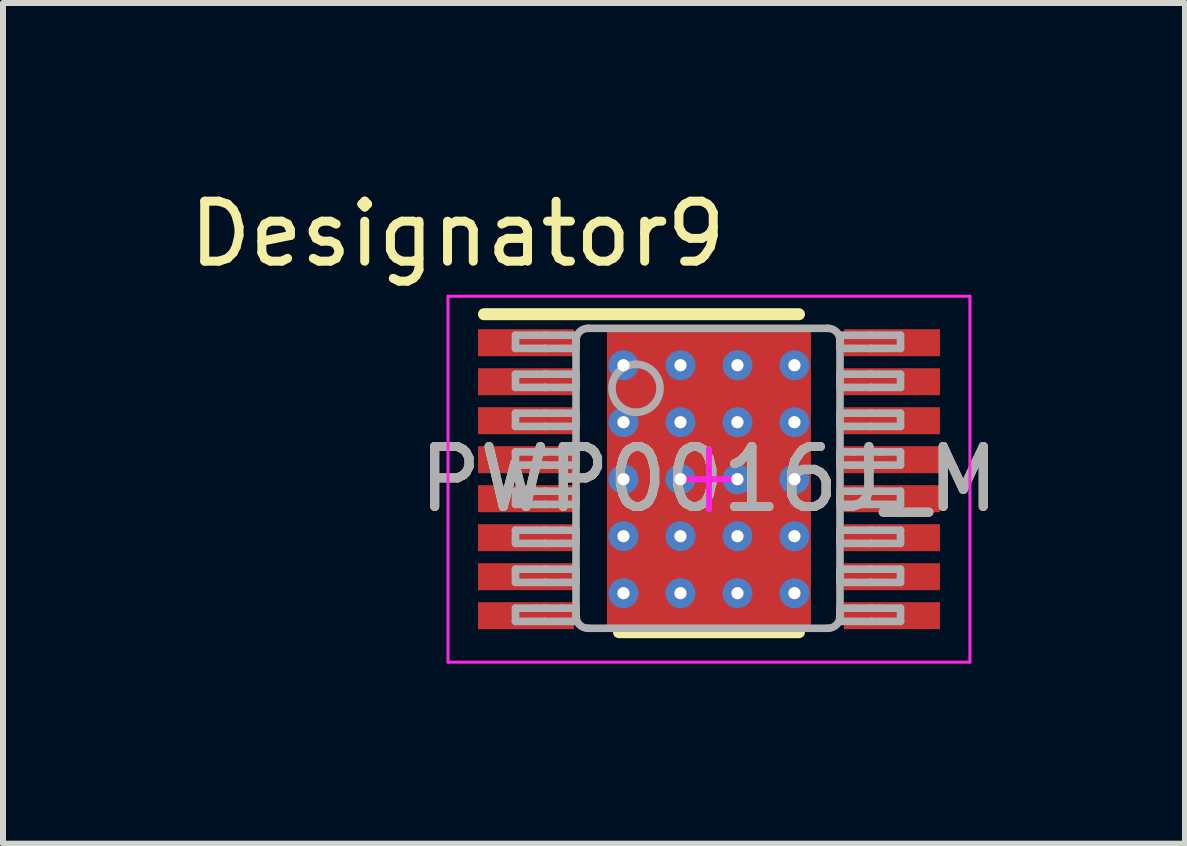
<source format=kicad_pcb>
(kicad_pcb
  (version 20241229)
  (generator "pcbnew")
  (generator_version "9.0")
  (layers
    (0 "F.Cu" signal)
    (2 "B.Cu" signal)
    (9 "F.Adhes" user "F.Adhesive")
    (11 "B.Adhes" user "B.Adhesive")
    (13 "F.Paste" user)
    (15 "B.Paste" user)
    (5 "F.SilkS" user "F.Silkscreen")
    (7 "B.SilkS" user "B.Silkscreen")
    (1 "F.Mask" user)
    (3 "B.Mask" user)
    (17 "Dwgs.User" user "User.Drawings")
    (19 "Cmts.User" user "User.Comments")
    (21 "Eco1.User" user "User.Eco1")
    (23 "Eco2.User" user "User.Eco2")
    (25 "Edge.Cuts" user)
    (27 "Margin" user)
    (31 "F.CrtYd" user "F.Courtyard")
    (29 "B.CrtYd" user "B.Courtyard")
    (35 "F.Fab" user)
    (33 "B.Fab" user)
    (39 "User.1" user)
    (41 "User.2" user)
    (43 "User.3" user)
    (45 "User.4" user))
  (footprint "PWP0016J_M"
    (layer "F.Cu")
    (at 8.768 4.938)
    (property "Reference" "PWP0016J_M" (at 0 0 0) (unlocked yes) (layer "F.SilkS") (effects (font (size 1 1) (thickness 0.15))))
    (attr through_hole)
    (fp_poly (pts (xy -1.23 1.726) (xy -1.23 -1.726) (xy -1.229 -1.735) (xy -1.226 -1.745) (xy -1.222 -1.753) (xy -1.216 -1.761) (xy -1.208 -1.767) (xy -1.2 -1.771) (xy -1.19 -1.774) (xy -1.181 -1.775) (xy 1.181 -1.775) (xy 1.19 -1.774) (xy 1.2 -1.771) (xy 1.208 -1.767) (xy 1.216 -1.761) (xy 1.222 -1.753) (xy 1.226 -1.745) (xy 1.229 -1.735) (xy 1.23 -1.726) (xy 1.23 1.726) (xy 1.229 1.735) (xy 1.226 1.745) (xy 1.222 1.753) (xy 1.216 1.761) (xy 1.208 1.767) (xy 1.2 1.771) (xy 1.19 1.774) (xy 1.181 1.775) (xy -1.181 1.775) (xy -1.19 1.774) (xy -1.2 1.771) (xy -1.208 1.767) (xy -1.216 1.761) (xy -1.222 1.753) (xy -1.226 1.745) (xy -1.229 1.735)) (stroke (width 0) (type solid)) (fill yes) (layer "F.Mask"))
    (fp_line (start -3.75 -2.75) (end 1.5 -2.75) (stroke (width 0.2) (type solid)) (layer "F.SilkS"))
    (fp_line (start -1.5 2.55) (end 1.5 2.55) (stroke (width 0.2) (type solid)) (layer "F.SilkS"))
    (fp_poly (pts (xy -1.23 1.726) (xy -1.23 -1.726) (xy -1.229 -1.735) (xy -1.226 -1.745) (xy -1.222 -1.753) (xy -1.216 -1.761) (xy -1.208 -1.767) (xy -1.2 -1.771) (xy -1.19 -1.774) (xy -1.181 -1.775) (xy 1.181 -1.775) (xy 1.19 -1.774) (xy 1.2 -1.771) (xy 1.208 -1.767) (xy 1.216 -1.761) (xy 1.222 -1.753) (xy 1.226 -1.745) (xy 1.229 -1.735) (xy 1.23 -1.726) (xy 1.23 1.726) (xy 1.229 1.735) (xy 1.226 1.745) (xy 1.222 1.753) (xy 1.216 1.761) (xy 1.208 1.767) (xy 1.2 1.771) (xy 1.19 1.774) (xy 1.181 1.775) (xy -1.181 1.775) (xy -1.19 1.774) (xy -1.2 1.771) (xy -1.208 1.767) (xy -1.216 1.761) (xy -1.222 1.753) (xy -1.226 1.745) (xy -1.229 1.735)) (stroke (width 0) (type solid)) (fill yes) (layer "F.Paste"))
    (fp_line (start -4.35 -3.05) (end 4.35 -3.05) (stroke (width 0.05) (type solid)) (layer "F.CrtYd"))
    (fp_line (start -4.35 3.05) (end -4.35 -3.05) (stroke (width 0.05) (type solid)) (layer "F.CrtYd"))
    (fp_line (start -4.35 3.05) (end 4.35 3.05) (stroke (width 0.05) (type solid)) (layer "F.CrtYd"))
    (fp_line (start -0.5 0) (end 0.5 0) (stroke (width 0.1) (type solid)) (layer "F.CrtYd"))
    (fp_line (start 0 0.5) (end 0 -0.5) (stroke (width 0.1) (type solid)) (layer "F.CrtYd"))
    (fp_line (start 4.35 3.05) (end 4.35 -3.05) (stroke (width 0.05) (type solid)) (layer "F.CrtYd"))
    (fp_line (start -3.225 -2.4) (end -2.887 -2.4) (stroke (width 0.127) (type solid)) (layer "F.Fab"))
    (fp_line (start -3.225 -2.18) (end -3.225 -2.4) (stroke (width 0.127) (type solid)) (layer "F.Fab"))
    (fp_line (start -3.225 -2.18) (end -2.887 -2.18) (stroke (width 0.127) (type solid)) (layer "F.Fab"))
    (fp_line (start -3.225 -1.75) (end -2.887 -1.75) (stroke (width 0.127) (type solid)) (layer "F.Fab"))
    (fp_line (start -3.225 -1.53) (end -3.225 -1.75) (stroke (width 0.127) (type solid)) (layer "F.Fab"))
    (fp_line (start -3.225 -1.53) (end -2.887 -1.53) (stroke (width 0.127) (type solid)) (layer "F.Fab"))
    (fp_line (start -3.225 -1.1) (end -2.887 -1.1) (stroke (width 0.127) (type solid)) (layer "F.Fab"))
    (fp_line (start -3.225 -0.88) (end -3.225 -1.1) (stroke (width 0.127) (type solid)) (layer "F.Fab"))
    (fp_line (start -3.225 -0.88) (end -2.887 -0.88) (stroke (width 0.127) (type solid)) (layer "F.Fab"))
    (fp_line (start -3.225 -0.455) (end -2.887 -0.455) (stroke (width 0.127) (type solid)) (layer "F.Fab"))
    (fp_line (start -3.225 -0.235) (end -3.225 -0.455) (stroke (width 0.127) (type solid)) (layer "F.Fab"))
    (fp_line (start -3.225 -0.235) (end -2.887 -0.235) (stroke (width 0.127) (type solid)) (layer "F.Fab"))
    (fp_line (start -3.225 0.2) (end -2.887 0.2) (stroke (width 0.127) (type solid)) (layer "F.Fab"))
    (fp_line (start -3.225 0.42) (end -3.225 0.2) (stroke (width 0.127) (type solid)) (layer "F.Fab"))
    (fp_line (start -3.225 0.42) (end -2.887 0.42) (stroke (width 0.127) (type solid)) (layer "F.Fab"))
    (fp_line (start -3.225 0.85) (end -2.887 0.85) (stroke (width 0.127) (type solid)) (layer "F.Fab"))
    (fp_line (start -3.225 1.07) (end -3.225 0.85) (stroke (width 0.127) (type solid)) (layer "F.Fab"))
    (fp_line (start -3.225 1.07) (end -2.887 1.07) (stroke (width 0.127) (type solid)) (layer "F.Fab"))
    (fp_line (start -3.225 1.5) (end -2.887 1.5) (stroke (width 0.127) (type solid)) (layer "F.Fab"))
    (fp_line (start -3.225 1.72) (end -3.225 1.5) (stroke (width 0.127) (type solid)) (layer "F.Fab"))
    (fp_line (start -3.225 1.72) (end -2.887 1.72) (stroke (width 0.127) (type solid)) (layer "F.Fab"))
    (fp_line (start -3.225 2.15) (end -2.887 2.15) (stroke (width 0.127) (type solid)) (layer "F.Fab"))
    (fp_line (start -3.225 2.37) (end -3.225 2.15) (stroke (width 0.127) (type solid)) (layer "F.Fab"))
    (fp_line (start -3.225 2.37) (end -2.887 2.37) (stroke (width 0.127) (type solid)) (layer "F.Fab"))
    (fp_line (start -2.887 -2.4) (end -2.739 -2.4) (stroke (width 0.127) (type solid)) (layer "F.Fab"))
    (fp_line (start -2.887 -2.18) (end -2.739 -2.18) (stroke (width 0.127) (type solid)) (layer "F.Fab"))
    (fp_line (start -2.887 -1.75) (end -2.739 -1.75) (stroke (width 0.127) (type solid)) (layer "F.Fab"))
    (fp_line (start -2.887 -1.53) (end -2.739 -1.53) (stroke (width 0.127) (type solid)) (layer "F.Fab"))
    (fp_line (start -2.887 -1.1) (end -2.739 -1.1) (stroke (width 0.127) (type solid)) (layer "F.Fab"))
    (fp_line (start -2.887 -0.88) (end -2.739 -0.88) (stroke (width 0.127) (type solid)) (layer "F.Fab"))
    (fp_line (start -2.887 -0.455) (end -2.739 -0.455) (stroke (width 0.127) (type solid)) (layer "F.Fab"))
    (fp_line (start -2.887 -0.235) (end -2.739 -0.235) (stroke (width 0.127) (type solid)) (layer "F.Fab"))
    (fp_line (start -2.887 0.2) (end -2.739 0.2) (stroke (width 0.127) (type solid)) (layer "F.Fab"))
    (fp_line (start -2.887 0.42) (end -2.739 0.42) (stroke (width 0.127) (type solid)) (layer "F.Fab"))
    (fp_line (start -2.887 0.85) (end -2.739 0.85) (stroke (width 0.127) (type solid)) (layer "F.Fab"))
    (fp_line (start -2.887 1.07) (end -2.739 1.07) (stroke (width 0.127) (type solid)) (layer "F.Fab"))
    (fp_line (start -2.887 1.5) (end -2.739 1.5) (stroke (width 0.127) (type solid)) (layer "F.Fab"))
    (fp_line (start -2.887 1.72) (end -2.739 1.72) (stroke (width 0.127) (type solid)) (layer "F.Fab"))
    (fp_line (start -2.887 2.15) (end -2.739 2.15) (stroke (width 0.127) (type solid)) (layer "F.Fab"))
    (fp_line (start -2.887 2.37) (end -2.739 2.37) (stroke (width 0.127) (type solid)) (layer "F.Fab"))
    (fp_line (start -2.739 -2.4) (end -2.73 -2.4) (stroke (width 0.127) (type solid)) (layer "F.Fab"))
    (fp_line (start -2.739 -2.18) (end -2.73 -2.18) (stroke (width 0.127) (type solid)) (layer "F.Fab"))
    (fp_line (start -2.739 -1.75) (end -2.73 -1.75) (stroke (width 0.127) (type solid)) (layer "F.Fab"))
    (fp_line (start -2.739 -1.53) (end -2.73 -1.53) (stroke (width 0.127) (type solid)) (layer "F.Fab"))
    (fp_line (start -2.739 -1.1) (end -2.73 -1.1) (stroke (width 0.127) (type solid)) (layer "F.Fab"))
    (fp_line (start -2.739 -0.88) (end -2.73 -0.88) (stroke (width 0.127) (type solid)) (layer "F.Fab"))
    (fp_line (start -2.739 -0.455) (end -2.73 -0.455) (stroke (width 0.127) (type solid)) (layer "F.Fab"))
    (fp_line (start -2.739 -0.235) (end -2.73 -0.235) (stroke (width 0.127) (type solid)) (layer "F.Fab"))
    (fp_line (start -2.739 0.2) (end -2.73 0.2) (stroke (width 0.127) (type solid)) (layer "F.Fab"))
    (fp_line (start -2.739 0.42) (end -2.73 0.42) (stroke (width 0.127) (type solid)) (layer "F.Fab"))
    (fp_line (start -2.739 0.85) (end -2.73 0.85) (stroke (width 0.127) (type solid)) (layer "F.Fab"))
    (fp_line (start -2.739 1.07) (end -2.73 1.07) (stroke (width 0.127) (type solid)) (layer "F.Fab"))
    (fp_line (start -2.739 1.5) (end -2.73 1.5) (stroke (width 0.127) (type solid)) (layer "F.Fab"))
    (fp_line (start -2.739 1.72) (end -2.73 1.72) (stroke (width 0.127) (type solid)) (layer "F.Fab"))
    (fp_line (start -2.739 2.15) (end -2.73 2.15) (stroke (width 0.127) (type solid)) (layer "F.Fab"))
    (fp_line (start -2.739 2.37) (end -2.73 2.37) (stroke (width 0.127) (type solid)) (layer "F.Fab"))
    (fp_line (start -2.73 -2.4) (end -2.446 -2.4) (stroke (width 0.127) (type solid)) (layer "F.Fab"))
    (fp_line (start -2.73 -2.18) (end -2.446 -2.18) (stroke (width 0.127) (type solid)) (layer "F.Fab"))
    (fp_line (start -2.73 -1.75) (end -2.446 -1.75) (stroke (width 0.127) (type solid)) (layer "F.Fab"))
    (fp_line (start -2.73 -1.53) (end -2.446 -1.53) (stroke (width 0.127) (type solid)) (layer "F.Fab"))
    (fp_line (start -2.73 -1.1) (end -2.446 -1.1) (stroke (width 0.127) (type solid)) (layer "F.Fab"))
    (fp_line (start -2.73 -0.88) (end -2.446 -0.88) (stroke (width 0.127) (type solid)) (layer "F.Fab"))
    (fp_line (start -2.73 -0.455) (end -2.446 -0.455) (stroke (width 0.127) (type solid)) (layer "F.Fab"))
    (fp_line (start -2.73 -0.235) (end -2.446 -0.235) (stroke (width 0.127) (type solid)) (layer "F.Fab"))
    (fp_line (start -2.73 0.2) (end -2.446 0.2) (stroke (width 0.127) (type solid)) (layer "F.Fab"))
    (fp_line (start -2.73 0.42) (end -2.446 0.42) (stroke (width 0.127) (type solid)) (layer "F.Fab"))
    (fp_line (start -2.73 0.85) (end -2.446 0.85) (stroke (width 0.127) (type solid)) (layer "F.Fab"))
    (fp_line (start -2.73 1.07) (end -2.446 1.07) (stroke (width 0.127) (type solid)) (layer "F.Fab"))
    (fp_line (start -2.73 1.5) (end -2.446 1.5) (stroke (width 0.127) (type solid)) (layer "F.Fab"))
    (fp_line (start -2.73 1.72) (end -2.446 1.72) (stroke (width 0.127) (type solid)) (layer "F.Fab"))
    (fp_line (start -2.73 2.15) (end -2.446 2.15) (stroke (width 0.127) (type solid)) (layer "F.Fab"))
    (fp_line (start -2.73 2.37) (end -2.446 2.37) (stroke (width 0.127) (type solid)) (layer "F.Fab"))
    (fp_line (start -2.446 -2.4) (end -2.216 -2.4) (stroke (width 0.127) (type solid)) (layer "F.Fab"))
    (fp_line (start -2.446 -2.18) (end -2.216 -2.18) (stroke (width 0.127) (type solid)) (layer "F.Fab"))
    (fp_line (start -2.446 -1.75) (end -2.216 -1.75) (stroke (width 0.127) (type solid)) (layer "F.Fab"))
    (fp_line (start -2.446 -1.53) (end -2.216 -1.53) (stroke (width 0.127) (type solid)) (layer "F.Fab"))
    (fp_line (start -2.446 -1.1) (end -2.216 -1.1) (stroke (width 0.127) (type solid)) (layer "F.Fab"))
    (fp_line (start -2.446 -0.88) (end -2.216 -0.88) (stroke (width 0.127) (type solid)) (layer "F.Fab"))
    (fp_line (start -2.446 -0.455) (end -2.216 -0.455) (stroke (width 0.127) (type solid)) (layer "F.Fab"))
    (fp_line (start -2.446 -0.235) (end -2.216 -0.235) (stroke (width 0.127) (type solid)) (layer "F.Fab"))
    (fp_line (start -2.446 0.2) (end -2.216 0.2) (stroke (width 0.127) (type solid)) (layer "F.Fab"))
    (fp_line (start -2.446 0.42) (end -2.216 0.42) (stroke (width 0.127) (type solid)) (layer "F.Fab"))
    (fp_line (start -2.446 0.85) (end -2.216 0.85) (stroke (width 0.127) (type solid)) (layer "F.Fab"))
    (fp_line (start -2.446 1.07) (end -2.216 1.07) (stroke (width 0.127) (type solid)) (layer "F.Fab"))
    (fp_line (start -2.446 1.5) (end -2.216 1.5) (stroke (width 0.127) (type solid)) (layer "F.Fab"))
    (fp_line (start -2.446 1.72) (end -2.216 1.72) (stroke (width 0.127) (type solid)) (layer "F.Fab"))
    (fp_line (start -2.446 2.15) (end -2.216 2.15) (stroke (width 0.127) (type solid)) (layer "F.Fab"))
    (fp_line (start -2.446 2.37) (end -2.216 2.37) (stroke (width 0.127) (type solid)) (layer "F.Fab"))
    (fp_line (start -2.216 -2.18) (end -2.216 -2.4) (stroke (width 0.127) (type solid)) (layer "F.Fab"))
    (fp_line (start -2.216 -1.53) (end -2.216 -1.75) (stroke (width 0.127) (type solid)) (layer "F.Fab"))
    (fp_line (start -2.216 -0.88) (end -2.216 -1.1) (stroke (width 0.127) (type solid)) (layer "F.Fab"))
    (fp_line (start -2.216 -0.235) (end -2.216 -0.455) (stroke (width 0.127) (type solid)) (layer "F.Fab"))
    (fp_line (start -2.216 0.42) (end -2.216 0.2) (stroke (width 0.127) (type solid)) (layer "F.Fab"))
    (fp_line (start -2.216 1.07) (end -2.216 0.85) (stroke (width 0.127) (type solid)) (layer "F.Fab"))
    (fp_line (start -2.216 1.72) (end -2.216 1.5) (stroke (width 0.127) (type solid)) (layer "F.Fab"))
    (fp_line (start -2.216 2.285) (end -2.216 -2.315) (stroke (width 0.127) (type solid)) (layer "F.Fab"))
    (fp_line (start -2.216 2.37) (end -2.216 2.15) (stroke (width 0.127) (type solid)) (layer "F.Fab"))
    (fp_line (start -2.016 -2.515) (end 1.984 -2.515) (stroke (width 0.127) (type solid)) (layer "F.Fab"))
    (fp_line (start -2.016 2.485) (end 1.984 2.485) (stroke (width 0.127) (type solid)) (layer "F.Fab"))
    (fp_line (start 2.184 -2.4) (end 2.413 -2.4) (stroke (width 0.127) (type solid)) (layer "F.Fab"))
    (fp_line (start 2.184 -2.18) (end 2.184 -2.4) (stroke (width 0.127) (type solid)) (layer "F.Fab"))
    (fp_line (start 2.184 -2.18) (end 2.413 -2.18) (stroke (width 0.127) (type solid)) (layer "F.Fab"))
    (fp_line (start 2.184 -1.75) (end 2.413 -1.75) (stroke (width 0.127) (type solid)) (layer "F.Fab"))
    (fp_line (start 2.184 -1.53) (end 2.184 -1.75) (stroke (width 0.127) (type solid)) (layer "F.Fab"))
    (fp_line (start 2.184 -1.53) (end 2.413 -1.53) (stroke (width 0.127) (type solid)) (layer "F.Fab"))
    (fp_line (start 2.184 -1.1) (end 2.413 -1.1) (stroke (width 0.127) (type solid)) (layer "F.Fab"))
    (fp_line (start 2.184 -0.88) (end 2.184 -1.1) (stroke (width 0.127) (type solid)) (layer "F.Fab"))
    (fp_line (start 2.184 -0.88) (end 2.413 -0.88) (stroke (width 0.127) (type solid)) (layer "F.Fab"))
    (fp_line (start 2.184 -0.455) (end 2.413 -0.455) (stroke (width 0.127) (type solid)) (layer "F.Fab"))
    (fp_line (start 2.184 -0.235) (end 2.184 -0.455) (stroke (width 0.127) (type solid)) (layer "F.Fab"))
    (fp_line (start 2.184 -0.235) (end 2.413 -0.235) (stroke (width 0.127) (type solid)) (layer "F.Fab"))
    (fp_line (start 2.184 0.2) (end 2.413 0.2) (stroke (width 0.127) (type solid)) (layer "F.Fab"))
    (fp_line (start 2.184 0.42) (end 2.184 0.2) (stroke (width 0.127) (type solid)) (layer "F.Fab"))
    (fp_line (start 2.184 0.42) (end 2.413 0.42) (stroke (width 0.127) (type solid)) (layer "F.Fab"))
    (fp_line (start 2.184 0.85) (end 2.413 0.85) (stroke (width 0.127) (type solid)) (layer "F.Fab"))
    (fp_line (start 2.184 1.07) (end 2.184 0.85) (stroke (width 0.127) (type solid)) (layer "F.Fab"))
    (fp_line (start 2.184 1.07) (end 2.413 1.07) (stroke (width 0.127) (type solid)) (layer "F.Fab"))
    (fp_line (start 2.184 1.5) (end 2.413 1.5) (stroke (width 0.127) (type solid)) (layer "F.Fab"))
    (fp_line (start 2.184 1.72) (end 2.184 1.5) (stroke (width 0.127) (type solid)) (layer "F.Fab"))
    (fp_line (start 2.184 1.72) (end 2.413 1.72) (stroke (width 0.127) (type solid)) (layer "F.Fab"))
    (fp_line (start 2.184 2.15) (end 2.413 2.15) (stroke (width 0.127) (type solid)) (layer "F.Fab"))
    (fp_line (start 2.184 2.285) (end 2.184 -2.315) (stroke (width 0.127) (type solid)) (layer "F.Fab"))
    (fp_line (start 2.184 2.37) (end 2.184 2.15) (stroke (width 0.127) (type solid)) (layer "F.Fab"))
    (fp_line (start 2.184 2.37) (end 2.413 2.37) (stroke (width 0.127) (type solid)) (layer "F.Fab"))
    (fp_line (start 2.413 -2.4) (end 2.698 -2.4) (stroke (width 0.127) (type solid)) (layer "F.Fab"))
    (fp_line (start 2.413 -2.18) (end 2.698 -2.18) (stroke (width 0.127) (type solid)) (layer "F.Fab"))
    (fp_line (start 2.413 -1.75) (end 2.698 -1.75) (stroke (width 0.127) (type solid)) (layer "F.Fab"))
    (fp_line (start 2.413 -1.53) (end 2.698 -1.53) (stroke (width 0.127) (type solid)) (layer "F.Fab"))
    (fp_line (start 2.413 -1.1) (end 2.698 -1.1) (stroke (width 0.127) (type solid)) (layer "F.Fab"))
    (fp_line (start 2.413 -0.88) (end 2.698 -0.88) (stroke (width 0.127) (type solid)) (layer "F.Fab"))
    (fp_line (start 2.413 -0.455) (end 2.698 -0.455) (stroke (width 0.127) (type solid)) (layer "F.Fab"))
    (fp_line (start 2.413 -0.235) (end 2.698 -0.235) (stroke (width 0.127) (type solid)) (layer "F.Fab"))
    (fp_line (start 2.413 0.2) (end 2.698 0.2) (stroke (width 0.127) (type solid)) (layer "F.Fab"))
    (fp_line (start 2.413 0.42) (end 2.698 0.42) (stroke (width 0.127) (type solid)) (layer "F.Fab"))
    (fp_line (start 2.413 0.85) (end 2.698 0.85) (stroke (width 0.127) (type solid)) (layer "F.Fab"))
    (fp_line (start 2.413 1.07) (end 2.698 1.07) (stroke (width 0.127) (type solid)) (layer "F.Fab"))
    (fp_line (start 2.413 1.5) (end 2.698 1.5) (stroke (width 0.127) (type solid)) (layer "F.Fab"))
    (fp_line (start 2.413 1.72) (end 2.698 1.72) (stroke (width 0.127) (type solid)) (layer "F.Fab"))
    (fp_line (start 2.413 2.15) (end 2.698 2.15) (stroke (width 0.127) (type solid)) (layer "F.Fab"))
    (fp_line (start 2.413 2.37) (end 2.698 2.37) (stroke (width 0.127) (type solid)) (layer "F.Fab"))
    (fp_line (start 2.698 -2.4) (end 2.707 -2.4) (stroke (width 0.127) (type solid)) (layer "F.Fab"))
    (fp_line (start 2.698 -2.18) (end 2.707 -2.18) (stroke (width 0.127) (type solid)) (layer "F.Fab"))
    (fp_line (start 2.698 -1.75) (end 2.707 -1.75) (stroke (width 0.127) (type solid)) (layer "F.Fab"))
    (fp_line (start 2.698 -1.53) (end 2.707 -1.53) (stroke (width 0.127) (type solid)) (layer "F.Fab"))
    (fp_line (start 2.698 -1.1) (end 2.707 -1.1) (stroke (width 0.127) (type solid)) (layer "F.Fab"))
    (fp_line (start 2.698 -0.88) (end 2.707 -0.88) (stroke (width 0.127) (type solid)) (layer "F.Fab"))
    (fp_line (start 2.698 -0.455) (end 2.707 -0.455) (stroke (width 0.127) (type solid)) (layer "F.Fab"))
    (fp_line (start 2.698 -0.235) (end 2.707 -0.235) (stroke (width 0.127) (type solid)) (layer "F.Fab"))
    (fp_line (start 2.698 0.2) (end 2.707 0.2) (stroke (width 0.127) (type solid)) (layer "F.Fab"))
    (fp_line (start 2.698 0.42) (end 2.707 0.42) (stroke (width 0.127) (type solid)) (layer "F.Fab"))
    (fp_line (start 2.698 0.85) (end 2.707 0.85) (stroke (width 0.127) (type solid)) (layer "F.Fab"))
    (fp_line (start 2.698 1.07) (end 2.707 1.07) (stroke (width 0.127) (type solid)) (layer "F.Fab"))
    (fp_line (start 2.698 1.5) (end 2.707 1.5) (stroke (width 0.127) (type solid)) (layer "F.Fab"))
    (fp_line (start 2.698 1.72) (end 2.707 1.72) (stroke (width 0.127) (type solid)) (layer "F.Fab"))
    (fp_line (start 2.698 2.15) (end 2.707 2.15) (stroke (width 0.127) (type solid)) (layer "F.Fab"))
    (fp_line (start 2.698 2.37) (end 2.707 2.37) (stroke (width 0.127) (type solid)) (layer "F.Fab"))
    (fp_line (start 2.707 -2.4) (end 2.854 -2.4) (stroke (width 0.127) (type solid)) (layer "F.Fab"))
    (fp_line (start 2.707 -2.18) (end 2.854 -2.18) (stroke (width 0.127) (type solid)) (layer "F.Fab"))
    (fp_line (start 2.707 -1.75) (end 2.854 -1.75) (stroke (width 0.127) (type solid)) (layer "F.Fab"))
    (fp_line (start 2.707 -1.53) (end 2.854 -1.53) (stroke (width 0.127) (type solid)) (layer "F.Fab"))
    (fp_line (start 2.707 -1.1) (end 2.854 -1.1) (stroke (width 0.127) (type solid)) (layer "F.Fab"))
    (fp_line (start 2.707 -0.88) (end 2.854 -0.88) (stroke (width 0.127) (type solid)) (layer "F.Fab"))
    (fp_line (start 2.707 -0.455) (end 2.854 -0.455) (stroke (width 0.127) (type solid)) (layer "F.Fab"))
    (fp_line (start 2.707 -0.235) (end 2.854 -0.235) (stroke (width 0.127) (type solid)) (layer "F.Fab"))
    (fp_line (start 2.707 0.2) (end 2.854 0.2) (stroke (width 0.127) (type solid)) (layer "F.Fab"))
    (fp_line (start 2.707 0.42) (end 2.854 0.42) (stroke (width 0.127) (type solid)) (layer "F.Fab"))
    (fp_line (start 2.707 0.85) (end 2.854 0.85) (stroke (width 0.127) (type solid)) (layer "F.Fab"))
    (fp_line (start 2.707 1.07) (end 2.854 1.07) (stroke (width 0.127) (type solid)) (layer "F.Fab"))
    (fp_line (start 2.707 1.5) (end 2.854 1.5) (stroke (width 0.127) (type solid)) (layer "F.Fab"))
    (fp_line (start 2.707 1.72) (end 2.854 1.72) (stroke (width 0.127) (type solid)) (layer "F.Fab"))
    (fp_line (start 2.707 2.15) (end 2.854 2.15) (stroke (width 0.127) (type solid)) (layer "F.Fab"))
    (fp_line (start 2.707 2.37) (end 2.854 2.37) (stroke (width 0.127) (type solid)) (layer "F.Fab"))
    (fp_line (start 2.854 -2.4) (end 3.193 -2.4) (stroke (width 0.127) (type solid)) (layer "F.Fab"))
    (fp_line (start 2.854 -2.18) (end 3.193 -2.18) (stroke (width 0.127) (type solid)) (layer "F.Fab"))
    (fp_line (start 2.854 -1.75) (end 3.193 -1.75) (stroke (width 0.127) (type solid)) (layer "F.Fab"))
    (fp_line (start 2.854 -1.53) (end 3.193 -1.53) (stroke (width 0.127) (type solid)) (layer "F.Fab"))
    (fp_line (start 2.854 -1.1) (end 3.193 -1.1) (stroke (width 0.127) (type solid)) (layer "F.Fab"))
    (fp_line (start 2.854 -0.88) (end 3.193 -0.88) (stroke (width 0.127) (type solid)) (layer "F.Fab"))
    (fp_line (start 2.854 -0.455) (end 3.193 -0.455) (stroke (width 0.127) (type solid)) (layer "F.Fab"))
    (fp_line (start 2.854 -0.235) (end 3.193 -0.235) (stroke (width 0.127) (type solid)) (layer "F.Fab"))
    (fp_line (start 2.854 0.2) (end 3.193 0.2) (stroke (width 0.127) (type solid)) (layer "F.Fab"))
    (fp_line (start 2.854 0.42) (end 3.193 0.42) (stroke (width 0.127) (type solid)) (layer "F.Fab"))
    (fp_line (start 2.854 0.85) (end 3.193 0.85) (stroke (width 0.127) (type solid)) (layer "F.Fab"))
    (fp_line (start 2.854 1.07) (end 3.193 1.07) (stroke (width 0.127) (type solid)) (layer "F.Fab"))
    (fp_line (start 2.854 1.5) (end 3.193 1.5) (stroke (width 0.127) (type solid)) (layer "F.Fab"))
    (fp_line (start 2.854 1.72) (end 3.193 1.72) (stroke (width 0.127) (type solid)) (layer "F.Fab"))
    (fp_line (start 2.854 2.15) (end 3.193 2.15) (stroke (width 0.127) (type solid)) (layer "F.Fab"))
    (fp_line (start 2.854 2.37) (end 3.193 2.37) (stroke (width 0.127) (type solid)) (layer "F.Fab"))
    (fp_line (start 3.193 -2.18) (end 3.193 -2.4) (stroke (width 0.127) (type solid)) (layer "F.Fab"))
    (fp_line (start 3.193 -1.53) (end 3.193 -1.75) (stroke (width 0.127) (type solid)) (layer "F.Fab"))
    (fp_line (start 3.193 -0.88) (end 3.193 -1.1) (stroke (width 0.127) (type solid)) (layer "F.Fab"))
    (fp_line (start 3.193 -0.235) (end 3.193 -0.455) (stroke (width 0.127) (type solid)) (layer "F.Fab"))
    (fp_line (start 3.193 0.42) (end 3.193 0.2) (stroke (width 0.127) (type solid)) (layer "F.Fab"))
    (fp_line (start 3.193 1.07) (end 3.193 0.85) (stroke (width 0.127) (type solid)) (layer "F.Fab"))
    (fp_line (start 3.193 1.72) (end 3.193 1.5) (stroke (width 0.127) (type solid)) (layer "F.Fab"))
    (fp_line (start 3.193 2.37) (end 3.193 2.15) (stroke (width 0.127) (type solid)) (layer "F.Fab"))
    (fp_arc (start -2.216137 -2.314986) (mid -2.157559 -2.456407) (end -2.016138 -2.514986) (stroke (width 0.127) (type solid)) (layer "F.Fab"))
    (fp_arc (start -2.016137 2.485004) (mid -2.157559 2.426426) (end -2.216137 2.285004) (stroke (width 0.127) (type solid)) (layer "F.Fab"))
    (fp_arc (start -1.216139 -1.914987) (mid -0.81614 -1.514988) (end -1.216139 -1.114989) (stroke (width 0.127) (type solid)) (layer "F.Fab"))
    (fp_arc (start -1.216139 -1.114989) (mid -1.616139 -1.514988) (end -1.216139 -1.914987) (stroke (width 0.127) (type solid)) (layer "F.Fab"))
    (fp_arc (start 1.983854 -2.514986) (mid 2.125275 -2.456408) (end 2.183854 -2.314986) (stroke (width 0.127) (type solid)) (layer "F.Fab"))
    (fp_arc (start 2.183854 2.285004) (mid 2.125275 2.426425) (end 1.983854 2.485004) (stroke (width 0.127) (type solid)) (layer "F.Fab"))
    (fp_text user "Designator9" (at -4.191 -4.089 0) (unlocked yes) (layer "F.SilkS") (effects (font (size 1 1) (thickness 0.15))))
    (fp_text user "${REFERENCE}" (at 0 0 0) (unlocked yes) (layer "F.Fab") (effects (font (size 1 1) (thickness 0.15))))
    (pad "1" smd rect (at -3.05 -2.275 90) (size 0.45 1.6) (layers "F.Cu" "F.Mask" "F.Paste"))
    (pad "2" smd rect (at -3.05 -1.625 90) (size 0.45 1.6) (layers "F.Cu" "F.Mask" "F.Paste"))
    (pad "3" smd rect (at -3.05 -0.975 90) (size 0.45 1.6) (layers "F.Cu" "F.Mask" "F.Paste"))
    (pad "4" smd rect (at -3.05 -0.325 90) (size 0.45 1.6) (layers "F.Cu" "F.Mask" "F.Paste"))
    (pad "5" smd rect (at -3.05 0.325 90) (size 0.45 1.6) (layers "F.Cu" "F.Mask" "F.Paste"))
    (pad "6" smd rect (at -3.05 0.975 90) (size 0.45 1.6) (layers "F.Cu" "F.Mask" "F.Paste"))
    (pad "7" smd rect (at -3.05 1.625 90) (size 0.45 1.6) (layers "F.Cu" "F.Mask" "F.Paste"))
    (pad "8" smd rect (at -3.05 2.275 90) (size 0.45 1.6) (layers "F.Cu" "F.Mask" "F.Paste"))
    (pad "9" smd rect (at 3.05 2.275 90) (size 0.45 1.6) (layers "F.Cu" "F.Mask" "F.Paste"))
    (pad "10" smd rect (at 3.05 1.625 90) (size 0.45 1.6) (layers "F.Cu" "F.Mask" "F.Paste"))
    (pad "11" smd rect (at 3.05 0.975 90) (size 0.45 1.6) (layers "F.Cu" "F.Mask" "F.Paste"))
    (pad "12" smd rect (at 3.05 0.325 90) (size 0.45 1.6) (layers "F.Cu" "F.Mask" "F.Paste"))
    (pad "13" smd rect (at 3.05 -0.325 90) (size 0.45 1.6) (layers "F.Cu" "F.Mask" "F.Paste"))
    (pad "14" smd rect (at 3.05 -0.975 90) (size 0.45 1.6) (layers "F.Cu" "F.Mask" "F.Paste"))
    (pad "15" smd rect (at 3.05 -1.625 90) (size 0.45 1.6) (layers "F.Cu" "F.Mask" "F.Paste"))
    (pad "16" smd rect (at 3.05 -2.275 90) (size 0.45 1.6) (layers "F.Cu" "F.Mask" "F.Paste"))
    (pad "17" smd rect (at 0 0) (size 3.4 5) (layers "F.Cu" "F.Mask" "F.Paste"))
    (pad "V" thru_hole circle (at -1.425 -1.9) (size 0.5 0.5) (drill 0.203) (layers "*.Cu" "*.Mask"))
    (pad "V" thru_hole circle (at -1.425 -0.95) (size 0.5 0.5) (drill 0.203) (layers "*.Cu" "*.Mask"))
    (pad "V" thru_hole circle (at -1.425 0) (size 0.5 0.5) (drill 0.203) (layers "*.Cu" "*.Mask"))
    (pad "V" thru_hole circle (at -1.425 0.95) (size 0.5 0.5) (drill 0.203) (layers "*.Cu" "*.Mask"))
    (pad "V" thru_hole circle (at -1.425 1.9) (size 0.5 0.5) (drill 0.203) (layers "*.Cu" "*.Mask"))
    (pad "V" thru_hole circle (at -0.475 -1.9) (size 0.5 0.5) (drill 0.203) (layers "*.Cu" "*.Mask"))
    (pad "V" thru_hole circle (at -0.475 -0.95) (size 0.5 0.5) (drill 0.203) (layers "*.Cu" "*.Mask"))
    (pad "V" thru_hole circle (at -0.475 0) (size 0.5 0.5) (drill 0.203) (layers "*.Cu" "*.Mask"))
    (pad "V" thru_hole circle (at -0.475 0.95) (size 0.5 0.5) (drill 0.203) (layers "*.Cu" "*.Mask"))
    (pad "V" thru_hole circle (at -0.475 1.9) (size 0.5 0.5) (drill 0.203) (layers "*.Cu" "*.Mask"))
    (pad "V" thru_hole circle (at 0.475 -1.9) (size 0.5 0.5) (drill 0.203) (layers "*.Cu" "*.Mask"))
    (pad "V" thru_hole circle (at 0.475 -0.95) (size 0.5 0.5) (drill 0.203) (layers "*.Cu" "*.Mask"))
    (pad "V" thru_hole circle (at 0.475 0) (size 0.5 0.5) (drill 0.203) (layers "*.Cu" "*.Mask"))
    (pad "V" thru_hole circle (at 0.475 0.95) (size 0.5 0.5) (drill 0.203) (layers "*.Cu" "*.Mask"))
    (pad "V" thru_hole circle (at 0.475 1.9) (size 0.5 0.5) (drill 0.203) (layers "*.Cu" "*.Mask"))
    (pad "V" thru_hole circle (at 1.425 -1.9) (size 0.5 0.5) (drill 0.203) (layers "*.Cu" "*.Mask"))
    (pad "V" thru_hole circle (at 1.425 -0.95) (size 0.5 0.5) (drill 0.203) (layers "*.Cu" "*.Mask"))
    (pad "V" thru_hole circle (at 1.425 0) (size 0.5 0.5) (drill 0.203) (layers "*.Cu" "*.Mask"))
    (pad "V" thru_hole circle (at 1.425 0.95) (size 0.5 0.5) (drill 0.203) (layers "*.Cu" "*.Mask"))
    (pad "V" thru_hole circle (at 1.425 1.9) (size 0.5 0.5) (drill 0.203) (layers "*.Cu" "*.Mask")))
  (gr_rect
    (start -3 -3)
    (end 16.703 11.013)
    (stroke (width 0.1) (type default))
    (fill no)
    (layer "Edge.Cuts")))
</source>
